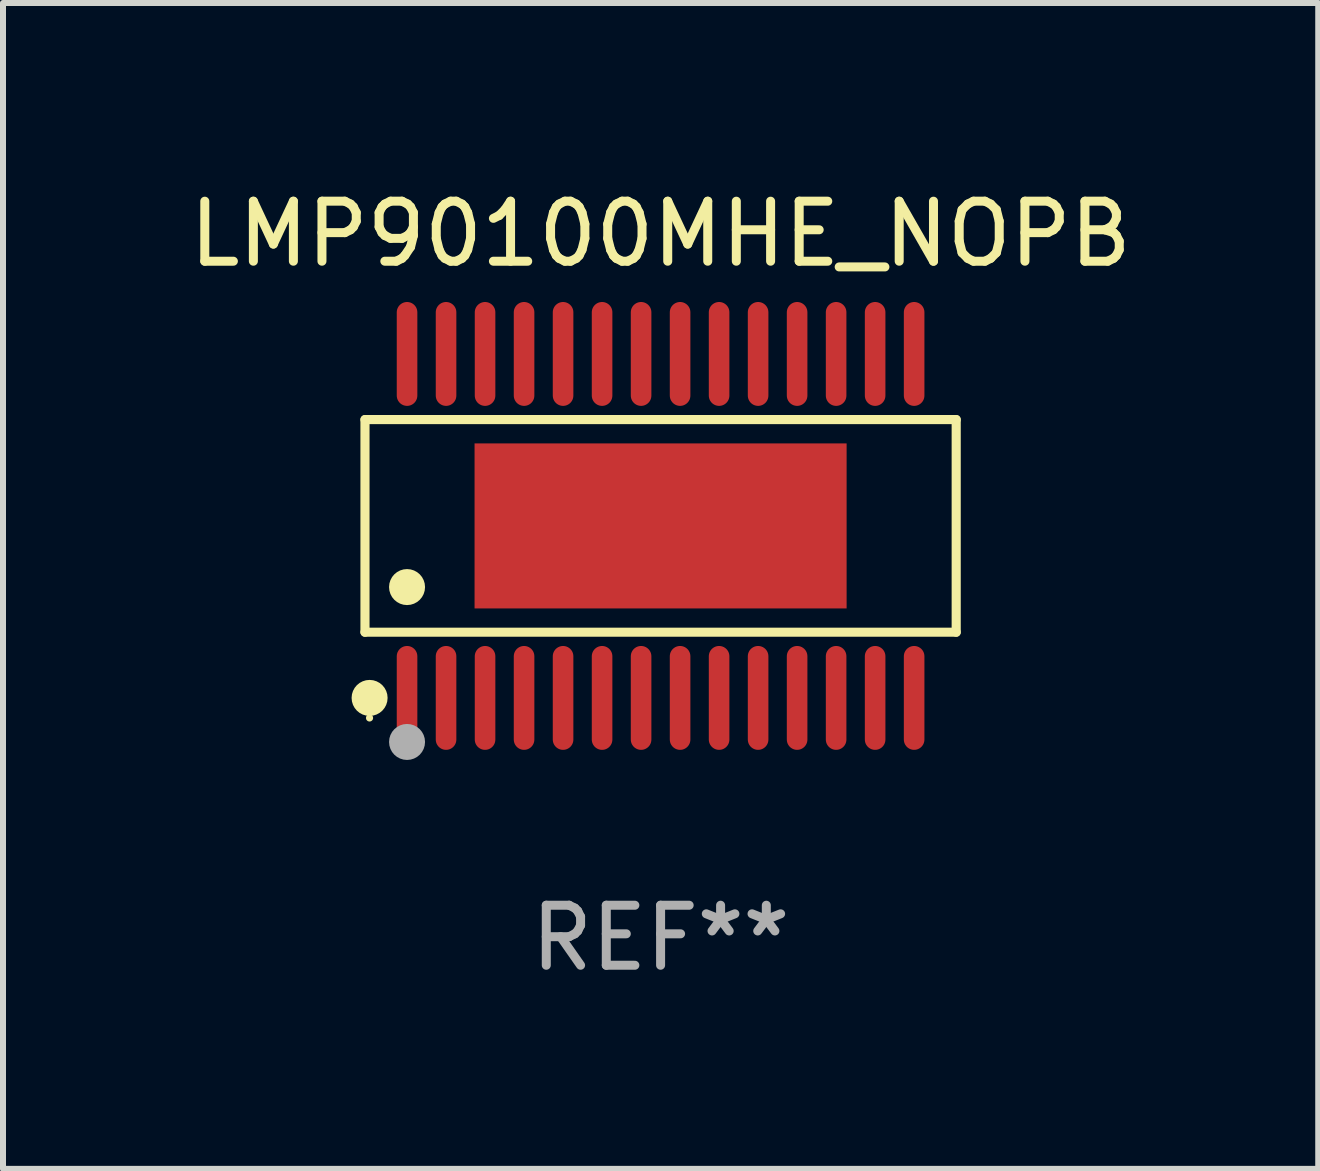
<source format=kicad_pcb>
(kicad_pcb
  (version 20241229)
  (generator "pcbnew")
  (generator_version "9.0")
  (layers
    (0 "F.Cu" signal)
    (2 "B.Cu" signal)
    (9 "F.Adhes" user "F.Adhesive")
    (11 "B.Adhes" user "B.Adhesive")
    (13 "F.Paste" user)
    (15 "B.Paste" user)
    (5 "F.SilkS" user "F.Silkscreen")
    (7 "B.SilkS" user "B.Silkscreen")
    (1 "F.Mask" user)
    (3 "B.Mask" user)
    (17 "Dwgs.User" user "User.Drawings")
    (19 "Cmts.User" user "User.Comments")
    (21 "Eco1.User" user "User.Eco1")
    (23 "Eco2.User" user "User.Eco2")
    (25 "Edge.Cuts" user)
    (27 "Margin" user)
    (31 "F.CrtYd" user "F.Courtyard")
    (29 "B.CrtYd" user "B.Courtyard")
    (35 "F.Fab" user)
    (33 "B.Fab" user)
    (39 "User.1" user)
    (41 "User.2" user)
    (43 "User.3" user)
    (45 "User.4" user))
  (footprint "LMP90100MHE_NOPB"
    (layer "F.Cu")
    (at 7.958 5.714)
    (property "Reference" "LMP90100MHE_NOPB" (at 0 -4.866 0) (layer "F.SilkS") (effects (font (size 1 1) (thickness 0.15))))
    (attr through_hole)
    (fp_line (start -4.926 -1.772) (end 4.926 -1.772) (stroke (width 0.152) (type solid)) (layer "F.SilkS"))
    (fp_line (start -4.926 1.771) (end -4.926 -1.772) (stroke (width 0.152) (type solid)) (layer "F.SilkS"))
    (fp_line (start 4.926 -1.772) (end 4.926 1.771) (stroke (width 0.152) (type solid)) (layer "F.SilkS"))
    (fp_line (start 4.926 1.771) (end -4.926 1.771) (stroke (width 0.152) (type solid)) (layer "F.SilkS"))
    (fp_circle (center -4.85 3.2) (end -4.82 3.2) (stroke (width 0.06) (type solid)) (fill no) (layer "F.SilkS"))
    (fp_circle (center -4.849 2.866) (end -4.699 2.866) (stroke (width 0.3) (type solid)) (fill no) (layer "F.SilkS"))
    (fp_circle (center -4.225 1.019) (end -4.075 1.019) (stroke (width 0.3) (type solid)) (fill no) (layer "F.SilkS"))
    (fp_circle (center -4.225 3.6) (end -4.075 3.6) (stroke (width 0.3) (type solid)) (fill no) (layer "F.Fab"))
    (fp_text user "REF**" (at 0 6.866 0) (layer "F.Fab") (effects (font (size 1 1) (thickness 0.15))))
    (pad "1" smd oval (at -4.225 2.866) (size 0.343 1.731) (layers "F.Cu" "F.Mask" "F.Paste"))
    (pad "2" smd oval (at -3.575 2.866) (size 0.343 1.731) (layers "F.Cu" "F.Mask" "F.Paste"))
    (pad "3" smd oval (at -2.925 2.866) (size 0.343 1.731) (layers "F.Cu" "F.Mask" "F.Paste"))
    (pad "4" smd oval (at -2.275 2.866) (size 0.343 1.731) (layers "F.Cu" "F.Mask" "F.Paste"))
    (pad "5" smd oval (at -1.625 2.866) (size 0.343 1.731) (layers "F.Cu" "F.Mask" "F.Paste"))
    (pad "6" smd oval (at -0.975 2.866) (size 0.343 1.731) (layers "F.Cu" "F.Mask" "F.Paste"))
    (pad "7" smd oval (at -0.325 2.866) (size 0.343 1.731) (layers "F.Cu" "F.Mask" "F.Paste"))
    (pad "8" smd oval (at 0.325 2.866) (size 0.343 1.731) (layers "F.Cu" "F.Mask" "F.Paste"))
    (pad "9" smd oval (at 0.975 2.866) (size 0.343 1.731) (layers "F.Cu" "F.Mask" "F.Paste"))
    (pad "10" smd oval (at 1.625 2.866) (size 0.343 1.731) (layers "F.Cu" "F.Mask" "F.Paste"))
    (pad "11" smd oval (at 2.275 2.866) (size 0.343 1.731) (layers "F.Cu" "F.Mask" "F.Paste"))
    (pad "12" smd oval (at 2.925 2.866) (size 0.343 1.731) (layers "F.Cu" "F.Mask" "F.Paste"))
    (pad "13" smd oval (at 3.575 2.866) (size 0.343 1.731) (layers "F.Cu" "F.Mask" "F.Paste"))
    (pad "14" smd oval (at 4.225 2.866) (size 0.343 1.731) (layers "F.Cu" "F.Mask" "F.Paste"))
    (pad "15" smd oval (at 4.225 -2.866) (size 0.343 1.731) (layers "F.Cu" "F.Mask" "F.Paste"))
    (pad "16" smd oval (at 3.575 -2.866) (size 0.343 1.731) (layers "F.Cu" "F.Mask" "F.Paste"))
    (pad "17" smd oval (at 2.925 -2.866) (size 0.343 1.731) (layers "F.Cu" "F.Mask" "F.Paste"))
    (pad "18" smd oval (at 2.275 -2.866) (size 0.343 1.731) (layers "F.Cu" "F.Mask" "F.Paste"))
    (pad "19" smd oval (at 1.625 -2.866) (size 0.343 1.731) (layers "F.Cu" "F.Mask" "F.Paste"))
    (pad "20" smd oval (at 0.975 -2.866) (size 0.343 1.731) (layers "F.Cu" "F.Mask" "F.Paste"))
    (pad "21" smd oval (at 0.325 -2.866) (size 0.343 1.731) (layers "F.Cu" "F.Mask" "F.Paste"))
    (pad "22" smd oval (at -0.325 -2.866) (size 0.343 1.731) (layers "F.Cu" "F.Mask" "F.Paste"))
    (pad "23" smd oval (at -0.975 -2.866) (size 0.343 1.731) (layers "F.Cu" "F.Mask" "F.Paste"))
    (pad "24" smd oval (at -1.625 -2.866) (size 0.343 1.731) (layers "F.Cu" "F.Mask" "F.Paste"))
    (pad "25" smd oval (at -2.275 -2.866) (size 0.343 1.731) (layers "F.Cu" "F.Mask" "F.Paste"))
    (pad "26" smd oval (at -2.925 -2.866) (size 0.343 1.731) (layers "F.Cu" "F.Mask" "F.Paste"))
    (pad "27" smd oval (at -3.575 -2.866) (size 0.343 1.731) (layers "F.Cu" "F.Mask" "F.Paste"))
    (pad "28" smd oval (at -4.225 -2.866) (size 0.343 1.731) (layers "F.Cu" "F.Mask" "F.Paste"))
    (pad "29" smd rect (at 0 -0.000127) (size 6.2 2.75) (layers "F.Cu" "F.Mask" "F.Paste")))
  (gr_rect
    (start -3 -3)
    (end 18.917 16.428)
    (stroke (width 0.1) (type default))
    (fill no)
    (layer "Edge.Cuts")))
</source>
